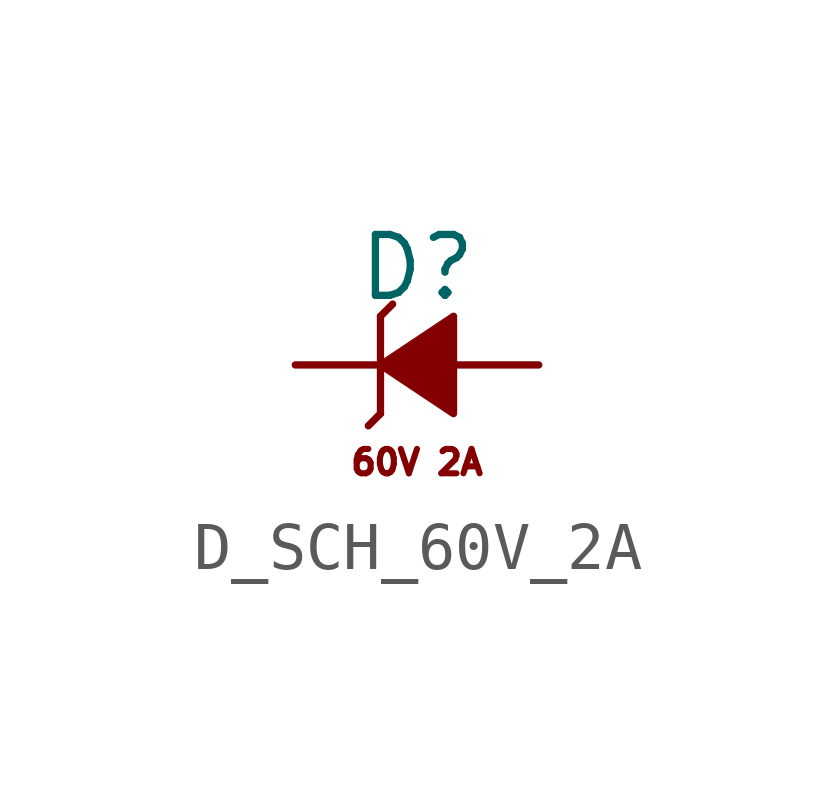
<source format=kicad_sym>
(kicad_symbol_lib
  (version 20211014)
  (generator kicad_symbol_editor)
  (symbol "D_SCH_60V_2A"
    (pin_numbers hide)
    (pin_names
      (offset 0.254) hide)
    (property "Reference" "D"
      (at -1.27 2.032 0)
      (effects (font (size 1.27 1.27)) (justify left)))
    (symbol "D_SCH_60V_2A_0_0"
      (text "60V 2A" (at 0 -2.032 0) (effects (font (size 0.508 0.508)))))
    (symbol "D_SCH_60V_2A_0_1"
      (polyline (pts (xy -0.762 -1.016) (xy -1.016 -1.27)) (stroke (width 0) (type default) (color 0 0 0 0)) (fill (type none)))
      (polyline (pts (xy -0.762 -1.016) (xy -0.762 1.016)) (stroke (width 0) (type default) (color 0 0 0 0)) (fill (type none)))
      (polyline (pts (xy -0.762 0) (xy 0.762 0)) (stroke (width 0) (type default) (color 0 0 0 0)) (fill (type none)))
      (polyline (pts (xy -0.762 1.016) (xy -0.508 1.27)) (stroke (width 0) (type default) (color 0 0 0 0)) (fill (type none)))
      (polyline (pts (xy 0.762 -1.016) (xy -0.762 0) (xy 0.762 1.016) (xy 0.762 -1.016)) (stroke (width 0) (type default) (color 0 0 0 0)) (fill (type outline))))
    (symbol "D_SCH_60V_2A_1_1"
      (pin passive line (at -2.54 0 0) (length 1.778) (name "K" (effects (font (size 1.27 1.27)))) (number "1" (effects (font (size 1.27 1.27)))))
      (pin passive line (at 2.54 0 180) (length 1.778) (name "A" (effects (font (size 1.27 1.27)))) (number "2" (effects (font (size 1.27 1.27))))))))
</source>
